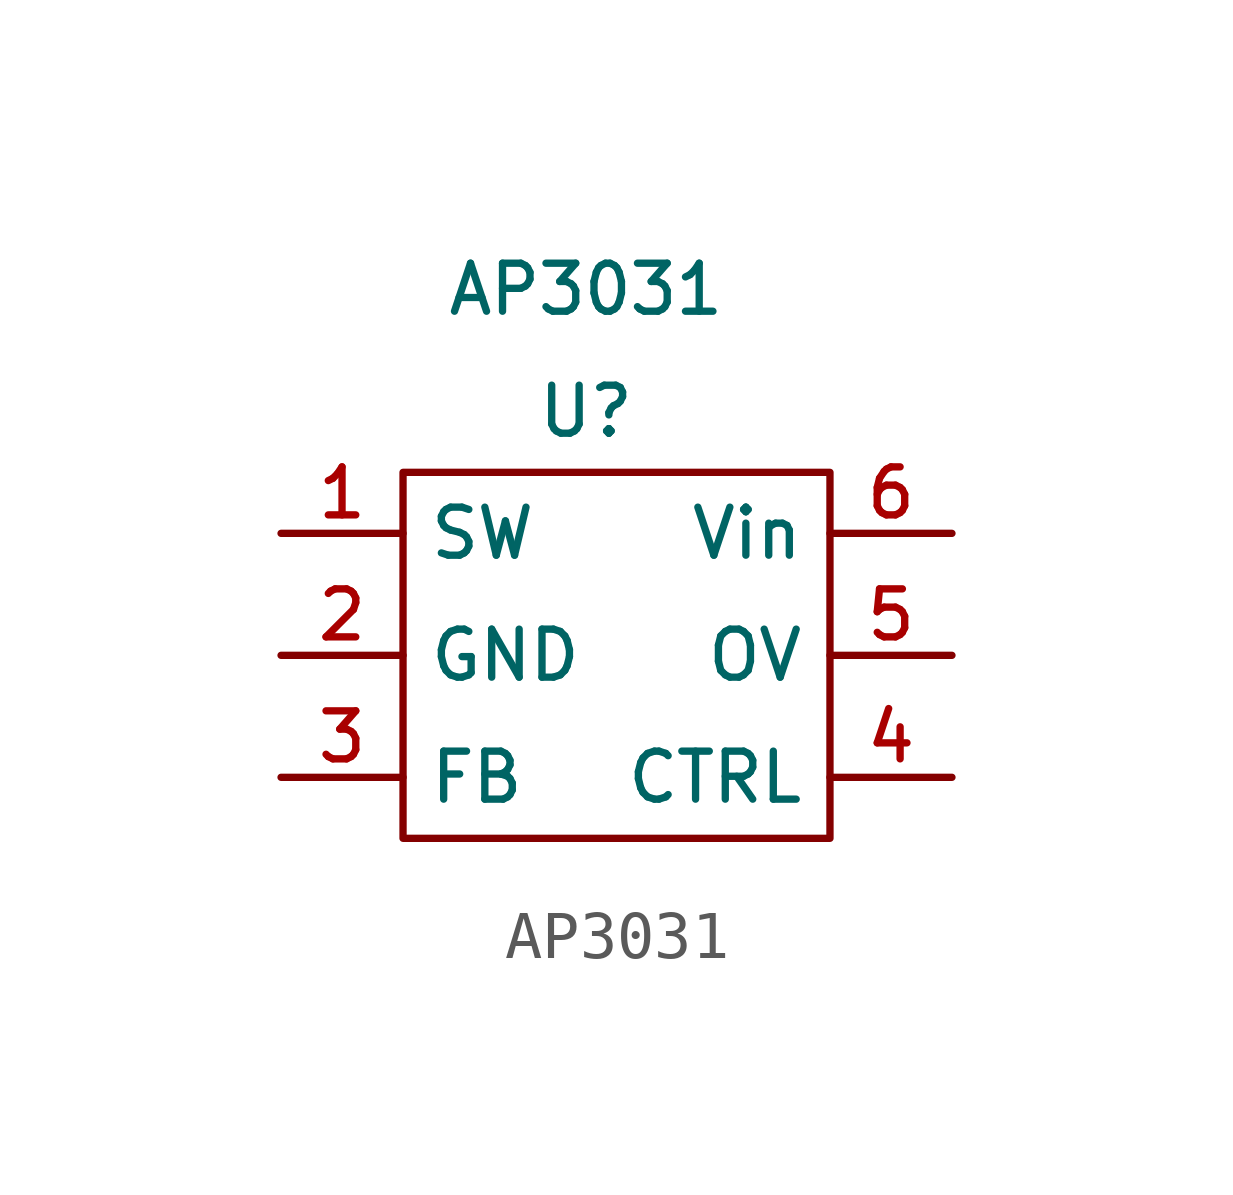
<source format=kicad_sym>
(kicad_symbol_lib
  (version 20220914)
  (generator kicad_symbol_editor)
  (symbol "AP3031"
    (property "Reference" "U"
      (at 0 5.08 0)
      (effects (font (size 1 1))))
    (property "Value" "AP3031"
      (at 0 7.62 0)
      (effects (font (size 1 1))))
    (symbol "AP3031_0_1"
      (rectangle (start -3.81 3.81) (end 5.08 -3.81) (stroke (width 0) (type default)) (fill (type none))))
    (symbol "AP3031_1_1"
      (pin output line (at -6.35 2.54 0) (length 2.54) (name "SW" (effects (font (size 1 1)))) (number "1" (effects (font (size 1 1)))))
      (pin power_in line (at -6.35 0 0) (length 2.54) (name "GND" (effects (font (size 1 1)))) (number "2" (effects (font (size 1 1)))))
      (pin input line (at -6.35 -2.54 0) (length 2.54) (name "FB" (effects (font (size 1 1)))) (number "3" (effects (font (size 1 1)))))
      (pin input line (at 7.62 -2.54 180) (length 2.54) (name "CTRL" (effects (font (size 1 1)))) (number "4" (effects (font (size 1 1)))))
      (pin input line (at 7.62 0 180) (length 2.54) (name "OV" (effects (font (size 1 1)))) (number "5" (effects (font (size 1 1)))))
      (pin power_in line (at 7.62 2.54 180) (length 2.54) (name "Vin" (effects (font (size 1 1)))) (number "6" (effects (font (size 1 1))))))))
</source>
